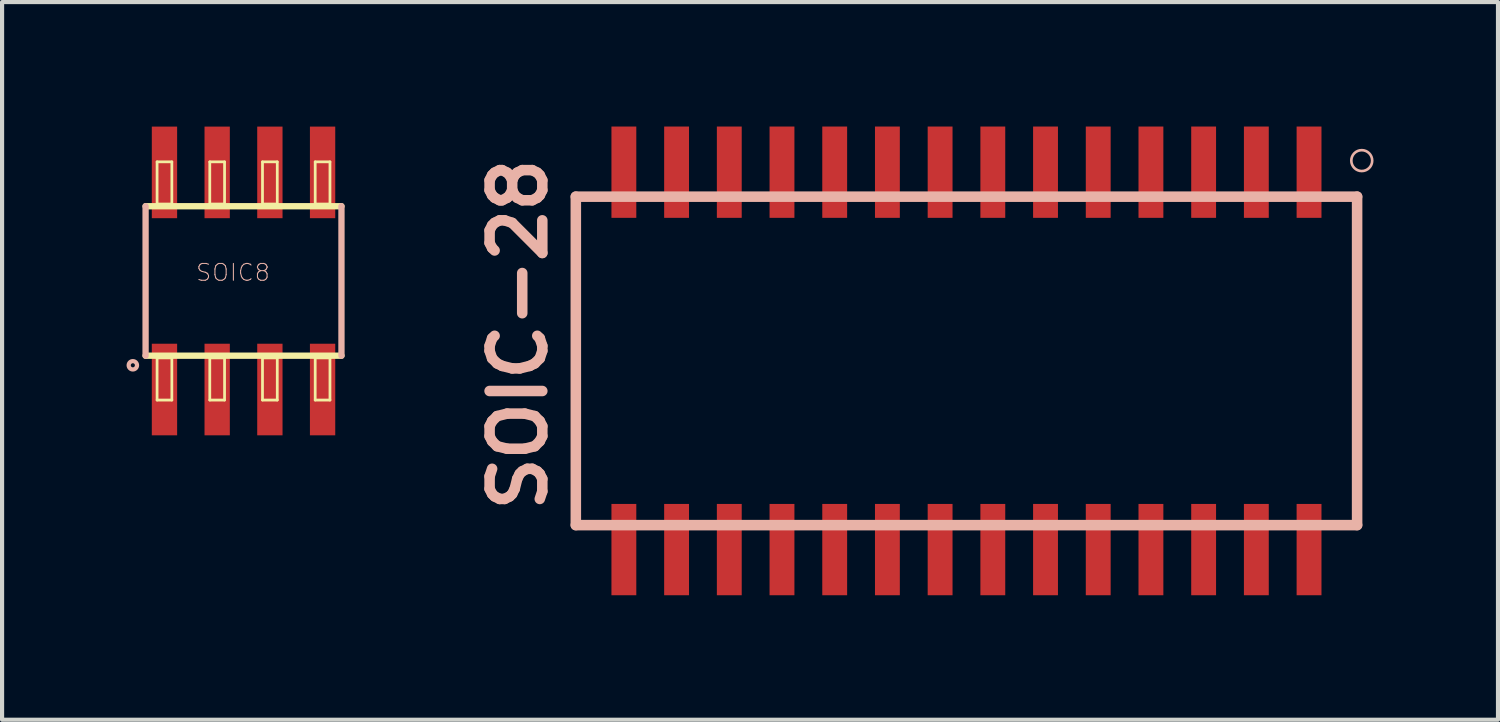
<source format=kicad_pcb>
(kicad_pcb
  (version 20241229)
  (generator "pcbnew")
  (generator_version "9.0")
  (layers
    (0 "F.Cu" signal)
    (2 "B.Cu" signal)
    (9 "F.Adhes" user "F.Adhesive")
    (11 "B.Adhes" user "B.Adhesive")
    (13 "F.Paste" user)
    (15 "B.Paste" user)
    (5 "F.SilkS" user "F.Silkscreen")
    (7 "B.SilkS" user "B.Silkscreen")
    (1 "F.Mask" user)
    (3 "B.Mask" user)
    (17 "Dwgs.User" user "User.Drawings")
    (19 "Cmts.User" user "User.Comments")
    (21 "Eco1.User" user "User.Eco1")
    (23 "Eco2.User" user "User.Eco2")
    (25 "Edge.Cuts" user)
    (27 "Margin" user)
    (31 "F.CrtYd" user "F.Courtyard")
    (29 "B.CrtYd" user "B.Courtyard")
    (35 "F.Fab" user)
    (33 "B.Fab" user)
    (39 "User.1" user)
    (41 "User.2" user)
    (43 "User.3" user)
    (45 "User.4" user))
  (footprint "SOIC-28"
    (layer "F.Cu")
    (at 19.603 5.646)
    (property "Reference" "SOIC-28" (at -10.16 -0.635 90) (layer "B.SilkS") (effects (font (size 1.27 1.27) (thickness 0.254))))
    (attr smd)
    (fp_line (start -8.778 -3.957) (end 10.048 -3.957) (stroke (width 0.254) (type solid)) (layer "B.SilkS"))
    (fp_line (start -8.778 3.957) (end -8.778 -3.957) (stroke (width 0.254) (type solid)) (layer "B.SilkS"))
    (fp_line (start 10.048 -3.957) (end 10.048 3.957) (stroke (width 0.254) (type solid)) (layer "B.SilkS"))
    (fp_line (start 10.048 3.957) (end -8.778 3.957) (stroke (width 0.254) (type solid)) (layer "B.SilkS"))
    (fp_circle (center 10.16 -4.826) (end 10.338 -5.004) (stroke (width 0.064) (type solid)) (fill no) (layer "B.SilkS"))
    (pad "1" smd rect (at 8.89 -4.547) (size 0.599 2.2) (layers "F.Cu" "F.Mask" "F.Paste"))
    (pad "2" smd rect (at 7.62 -4.547) (size 0.599 2.2) (layers "F.Cu" "F.Mask" "F.Paste"))
    (pad "3" smd rect (at 6.35 -4.547) (size 0.599 2.2) (layers "F.Cu" "F.Mask" "F.Paste"))
    (pad "4" smd rect (at 5.08 -4.547) (size 0.599 2.2) (layers "F.Cu" "F.Mask" "F.Paste"))
    (pad "5" smd rect (at 3.81 -4.547) (size 0.599 2.2) (layers "F.Cu" "F.Mask" "F.Paste"))
    (pad "6" smd rect (at 2.54 -4.547) (size 0.599 2.2) (layers "F.Cu" "F.Mask" "F.Paste"))
    (pad "7" smd rect (at 1.27 -4.547) (size 0.599 2.2) (layers "F.Cu" "F.Mask" "F.Paste"))
    (pad "8" smd rect (at 0 -4.547) (size 0.599 2.2) (layers "F.Cu" "F.Mask" "F.Paste"))
    (pad "9" smd rect (at -1.27 -4.547) (size 0.599 2.2) (layers "F.Cu" "F.Mask" "F.Paste"))
    (pad "10" smd rect (at -2.54 -4.547) (size 0.599 2.2) (layers "F.Cu" "F.Mask" "F.Paste"))
    (pad "11" smd rect (at -3.81 -4.547) (size 0.599 2.2) (layers "F.Cu" "F.Mask" "F.Paste"))
    (pad "12" smd rect (at -5.08 -4.547) (size 0.599 2.2) (layers "F.Cu" "F.Mask" "F.Paste"))
    (pad "13" smd rect (at -6.35 -4.547) (size 0.599 2.2) (layers "F.Cu" "F.Mask" "F.Paste"))
    (pad "14" smd rect (at -7.62 -4.547) (size 0.599 2.2) (layers "F.Cu" "F.Mask" "F.Paste"))
    (pad "15" smd rect (at -7.62 4.547) (size 0.599 2.2) (layers "F.Cu" "F.Mask" "F.Paste"))
    (pad "16" smd rect (at -6.35 4.547) (size 0.599 2.2) (layers "F.Cu" "F.Mask" "F.Paste"))
    (pad "17" smd rect (at -5.08 4.547) (size 0.599 2.2) (layers "F.Cu" "F.Mask" "F.Paste"))
    (pad "18" smd rect (at -3.81 4.547) (size 0.599 2.2) (layers "F.Cu" "F.Mask" "F.Paste"))
    (pad "19" smd rect (at -2.54 4.547) (size 0.599 2.2) (layers "F.Cu" "F.Mask" "F.Paste"))
    (pad "20" smd rect (at -1.27 4.547) (size 0.599 2.2) (layers "F.Cu" "F.Mask" "F.Paste"))
    (pad "21" smd rect (at 0 4.547) (size 0.599 2.2) (layers "F.Cu" "F.Mask" "F.Paste"))
    (pad "22" smd rect (at 1.27 4.547) (size 0.599 2.2) (layers "F.Cu" "F.Mask" "F.Paste"))
    (pad "23" smd rect (at 2.54 4.547) (size 0.599 2.2) (layers "F.Cu" "F.Mask" "F.Paste"))
    (pad "24" smd rect (at 3.81 4.547) (size 0.599 2.2) (layers "F.Cu" "F.Mask" "F.Paste"))
    (pad "25" smd rect (at 5.08 4.547) (size 0.599 2.2) (layers "F.Cu" "F.Mask" "F.Paste"))
    (pad "26" smd rect (at 6.35 4.547) (size 0.599 2.2) (layers "F.Cu" "F.Mask" "F.Paste"))
    (pad "27" smd rect (at 7.62 4.547) (size 0.599 2.2) (layers "F.Cu" "F.Mask" "F.Paste"))
    (pad "28" smd rect (at 8.89 4.547) (size 0.599 2.2) (layers "F.Cu" "F.Mask" "F.Paste")))
  (footprint "SOIC8"
    (layer "F.Cu")
    (at 2.818 3.72)
    (property "Reference" "SOIC8" (at -0.254 -0.203 0) (layer "B.SilkS") (effects (font (size 0.406 0.406) (thickness 0.025))))
    (attr smd)
    (fp_line (start -2.36 1.801) (end 2.36 1.801) (stroke (width 0.152) (type solid)) (layer "F.SilkS"))
    (fp_line (start -2.083 -2.87) (end -1.727 -2.87) (stroke (width 0.066) (type solid)) (layer "F.SilkS"))
    (fp_line (start -2.083 -1.854) (end -2.083 -2.87) (stroke (width 0.066) (type solid)) (layer "F.SilkS"))
    (fp_line (start -2.083 -1.854) (end -1.727 -1.854) (stroke (width 0.066) (type solid)) (layer "F.SilkS"))
    (fp_line (start -2.083 1.854) (end -1.727 1.854) (stroke (width 0.066) (type solid)) (layer "F.SilkS"))
    (fp_line (start -2.083 2.87) (end -2.083 1.854) (stroke (width 0.066) (type solid)) (layer "F.SilkS"))
    (fp_line (start -2.083 2.87) (end -1.727 2.87) (stroke (width 0.066) (type solid)) (layer "F.SilkS"))
    (fp_line (start -1.727 -1.854) (end -1.727 -2.87) (stroke (width 0.066) (type solid)) (layer "F.SilkS"))
    (fp_line (start -1.727 2.87) (end -1.727 1.854) (stroke (width 0.066) (type solid)) (layer "F.SilkS"))
    (fp_line (start -0.813 -2.87) (end -0.457 -2.87) (stroke (width 0.066) (type solid)) (layer "F.SilkS"))
    (fp_line (start -0.813 -1.854) (end -0.813 -2.87) (stroke (width 0.066) (type solid)) (layer "F.SilkS"))
    (fp_line (start -0.813 -1.854) (end -0.457 -1.854) (stroke (width 0.066) (type solid)) (layer "F.SilkS"))
    (fp_line (start -0.813 1.854) (end -0.457 1.854) (stroke (width 0.066) (type solid)) (layer "F.SilkS"))
    (fp_line (start -0.813 2.87) (end -0.813 1.854) (stroke (width 0.066) (type solid)) (layer "F.SilkS"))
    (fp_line (start -0.813 2.87) (end -0.457 2.87) (stroke (width 0.066) (type solid)) (layer "F.SilkS"))
    (fp_line (start -0.457 -1.854) (end -0.457 -2.87) (stroke (width 0.066) (type solid)) (layer "F.SilkS"))
    (fp_line (start -0.457 2.87) (end -0.457 1.854) (stroke (width 0.066) (type solid)) (layer "F.SilkS"))
    (fp_line (start 0.457 -2.87) (end 0.813 -2.87) (stroke (width 0.066) (type solid)) (layer "F.SilkS"))
    (fp_line (start 0.457 -1.854) (end 0.457 -2.87) (stroke (width 0.066) (type solid)) (layer "F.SilkS"))
    (fp_line (start 0.457 -1.854) (end 0.813 -1.854) (stroke (width 0.066) (type solid)) (layer "F.SilkS"))
    (fp_line (start 0.457 1.854) (end 0.813 1.854) (stroke (width 0.066) (type solid)) (layer "F.SilkS"))
    (fp_line (start 0.457 2.87) (end 0.457 1.854) (stroke (width 0.066) (type solid)) (layer "F.SilkS"))
    (fp_line (start 0.457 2.87) (end 0.813 2.87) (stroke (width 0.066) (type solid)) (layer "F.SilkS"))
    (fp_line (start 0.813 -1.854) (end 0.813 -2.87) (stroke (width 0.066) (type solid)) (layer "F.SilkS"))
    (fp_line (start 0.813 2.87) (end 0.813 1.854) (stroke (width 0.066) (type solid)) (layer "F.SilkS"))
    (fp_line (start 1.727 -2.87) (end 2.083 -2.87) (stroke (width 0.066) (type solid)) (layer "F.SilkS"))
    (fp_line (start 1.727 -1.854) (end 1.727 -2.87) (stroke (width 0.066) (type solid)) (layer "F.SilkS"))
    (fp_line (start 1.727 -1.854) (end 2.083 -1.854) (stroke (width 0.066) (type solid)) (layer "F.SilkS"))
    (fp_line (start 1.727 1.854) (end 2.083 1.854) (stroke (width 0.066) (type solid)) (layer "F.SilkS"))
    (fp_line (start 1.727 2.87) (end 1.727 1.854) (stroke (width 0.066) (type solid)) (layer "F.SilkS"))
    (fp_line (start 1.727 2.87) (end 2.083 2.87) (stroke (width 0.066) (type solid)) (layer "F.SilkS"))
    (fp_line (start 2.083 -1.854) (end 2.083 -2.87) (stroke (width 0.066) (type solid)) (layer "F.SilkS"))
    (fp_line (start 2.083 2.87) (end 2.083 1.854) (stroke (width 0.066) (type solid)) (layer "F.SilkS"))
    (fp_line (start 2.36 -1.801) (end -2.36 -1.801) (stroke (width 0.152) (type solid)) (layer "F.SilkS"))
    (fp_line (start -2.36 -1.801) (end -2.36 1.801) (stroke (width 0.152) (type solid)) (layer "B.SilkS"))
    (fp_line (start 2.36 1.801) (end 2.36 -1.801) (stroke (width 0.152) (type solid)) (layer "B.SilkS"))
    (fp_circle (center -2.667 2.032) (end -2.738 2.103) (stroke (width 0.102) (type solid)) (fill no) (layer "B.SilkS"))
    (pad "1" smd rect (at -1.905 2.616) (size 0.61 2.207) (layers "F.Cu" "F.Mask" "F.Paste"))
    (pad "2" smd rect (at -0.635 2.616) (size 0.61 2.207) (layers "F.Cu" "F.Mask" "F.Paste"))
    (pad "3" smd rect (at 0.635 2.616) (size 0.61 2.207) (layers "F.Cu" "F.Mask" "F.Paste"))
    (pad "4" smd rect (at 1.905 2.616) (size 0.61 2.207) (layers "F.Cu" "F.Mask" "F.Paste"))
    (pad "5" smd rect (at 1.905 -2.616) (size 0.61 2.207) (layers "F.Cu" "F.Mask" "F.Paste"))
    (pad "6" smd rect (at 0.635 -2.616) (size 0.61 2.207) (layers "F.Cu" "F.Mask" "F.Paste"))
    (pad "7" smd rect (at -0.635 -2.616) (size 0.61 2.207) (layers "F.Cu" "F.Mask" "F.Paste"))
    (pad "8" smd rect (at -1.905 -2.616) (size 0.61 2.207) (layers "F.Cu" "F.Mask" "F.Paste")))
  (gr_rect
    (start -3 -3)
    (end 33.046 14.293)
    (stroke (width 0.1) (type default))
    (fill no)
    (layer "Edge.Cuts")))
</source>
